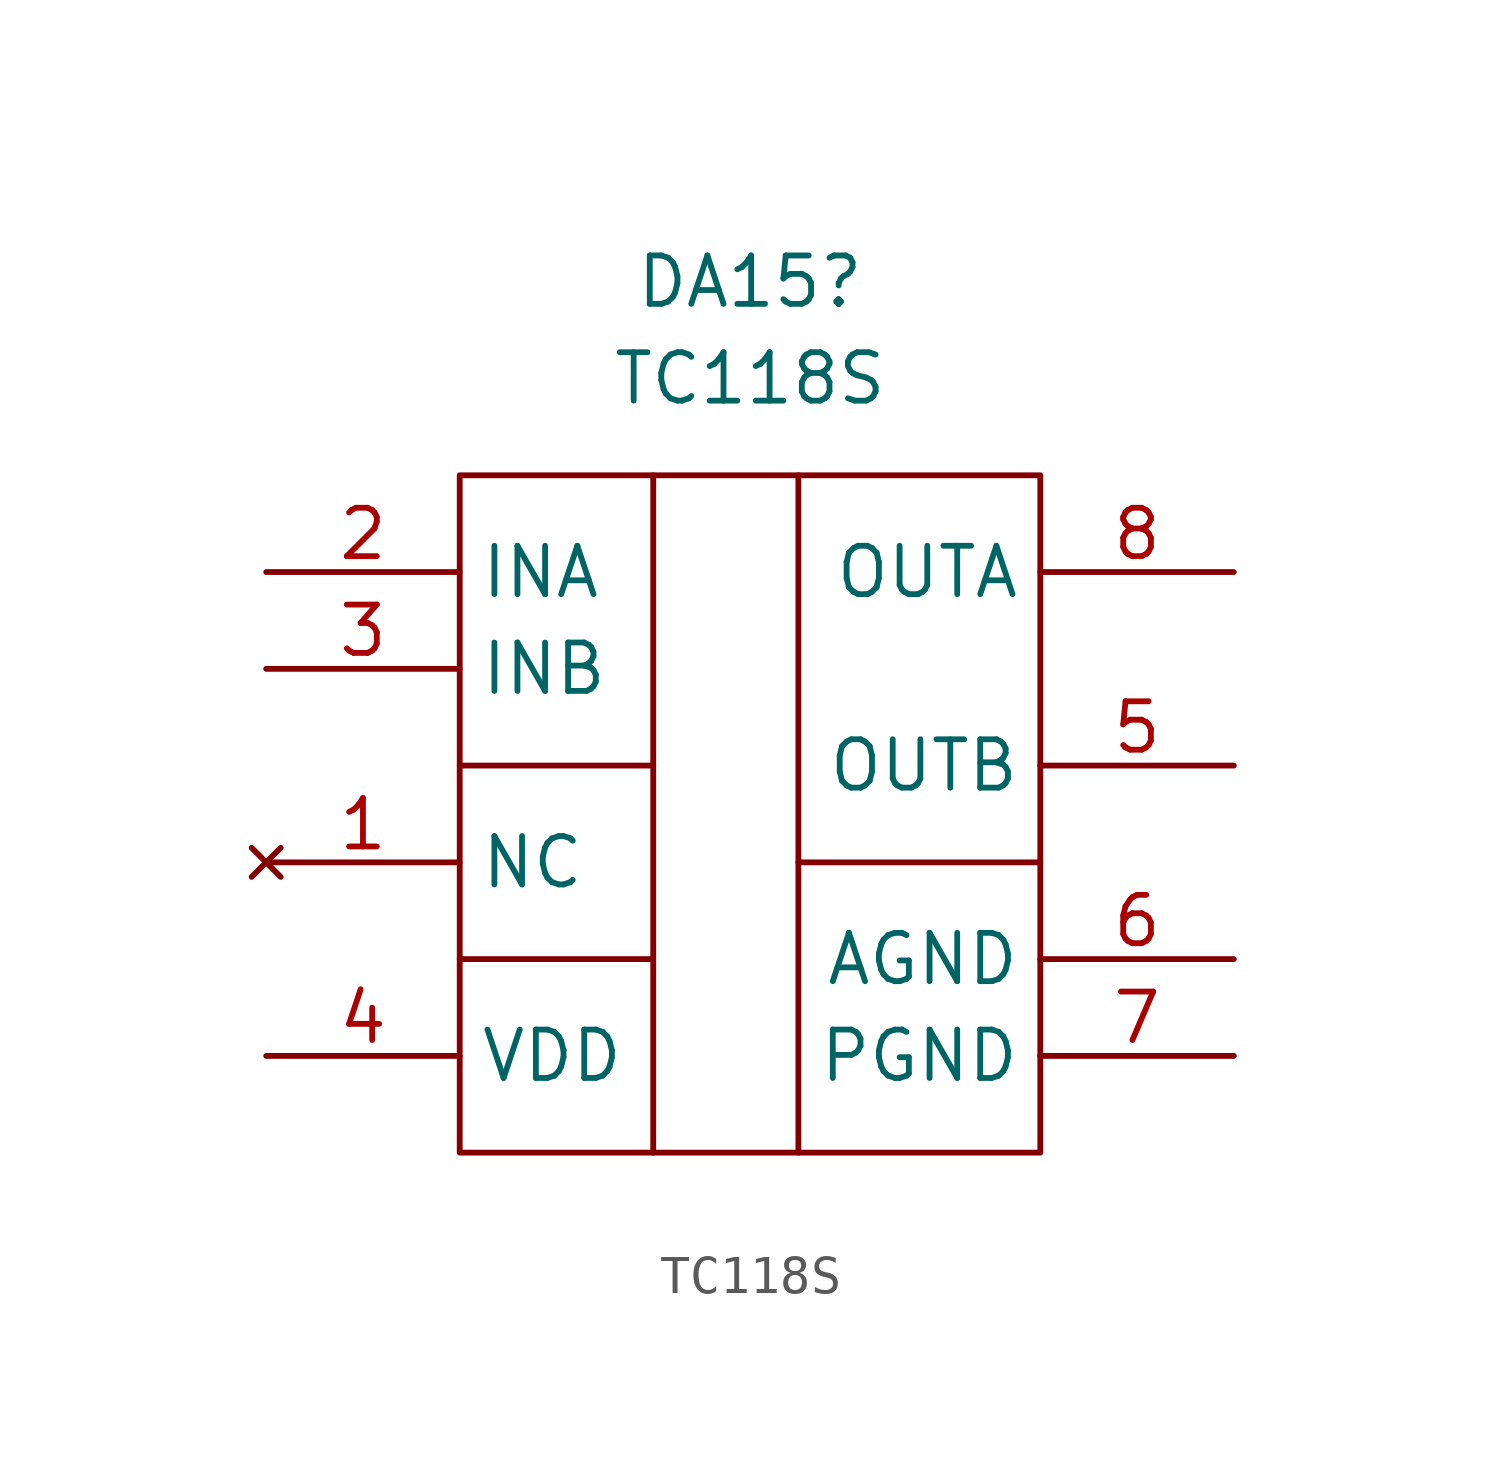
<source format=kicad_sym>
(kicad_symbol_lib
  (version 20241209)
  (generator "kicad_symbol_editor")
  (generator_version "9.0")
  (symbol "TC118S"
    (property "Reference" "DA15"
      (at 0 13.97 0)
      (effects (font (size 1.27 1.27))))
    (property "Value" "TC118S"
      (at 0 11.43 0)
      (effects (font (size 1.27 1.27))))
    (symbol "TC118S_0_1"
      (rectangle (start -7.62 8.89) (end 7.62 -8.89) (stroke (width 0) (type default)) (fill (type none)))
      (polyline (pts (xy -7.62 1.27) (xy -2.54 1.27)) (stroke (width 0) (type default)) (fill (type none)))
      (polyline (pts (xy -7.62 -3.81) (xy -2.54 -3.81)) (stroke (width 0) (type default)) (fill (type none)))
      (polyline (pts (xy -2.54 -8.89) (xy -2.54 8.89)) (stroke (width 0) (type default)) (fill (type none)))
      (polyline (pts (xy 1.27 -1.27) (xy 7.62 -1.27)) (stroke (width 0) (type default)) (fill (type none)))
      (polyline (pts (xy 1.27 -8.89) (xy 1.27 8.89)) (stroke (width 0) (type default)) (fill (type none))))
    (symbol "TC118S_1_1"
      (pin passive line (at -12.7 6.35 0) (length 5.08) (name "INA" (effects (font (size 1.27 1.27)))) (number "2" (effects (font (size 1.27 1.27)))))
      (pin passive line (at -12.7 3.81 0) (length 5.08) (name "INB" (effects (font (size 1.27 1.27)))) (number "3" (effects (font (size 1.27 1.27)))))
      (pin no_connect line (at -12.7 -1.27 0) (length 5.08) (name "NC" (effects (font (size 1.27 1.27)))) (number "1" (effects (font (size 1.27 1.27)))))
      (pin passive line (at -12.7 -6.35 0) (length 5.08) (name "VDD" (effects (font (size 1.27 1.27)))) (number "4" (effects (font (size 1.27 1.27)))))
      (pin passive line (at 12.7 6.35 180) (length 5.08) (name "OUTA" (effects (font (size 1.27 1.27)))) (number "8" (effects (font (size 1.27 1.27)))))
      (pin passive line (at 12.7 1.27 180) (length 5.08) (name "OUTB" (effects (font (size 1.27 1.27)))) (number "5" (effects (font (size 1.27 1.27)))))
      (pin passive line (at 12.7 -3.81 180) (length 5.08) (name "AGND" (effects (font (size 1.27 1.27)))) (number "6" (effects (font (size 1.27 1.27)))))
      (pin passive line (at 12.7 -6.35 180) (length 5.08) (name "PGND" (effects (font (size 1.27 1.27)))) (number "7" (effects (font (size 1.27 1.27))))))))
</source>
